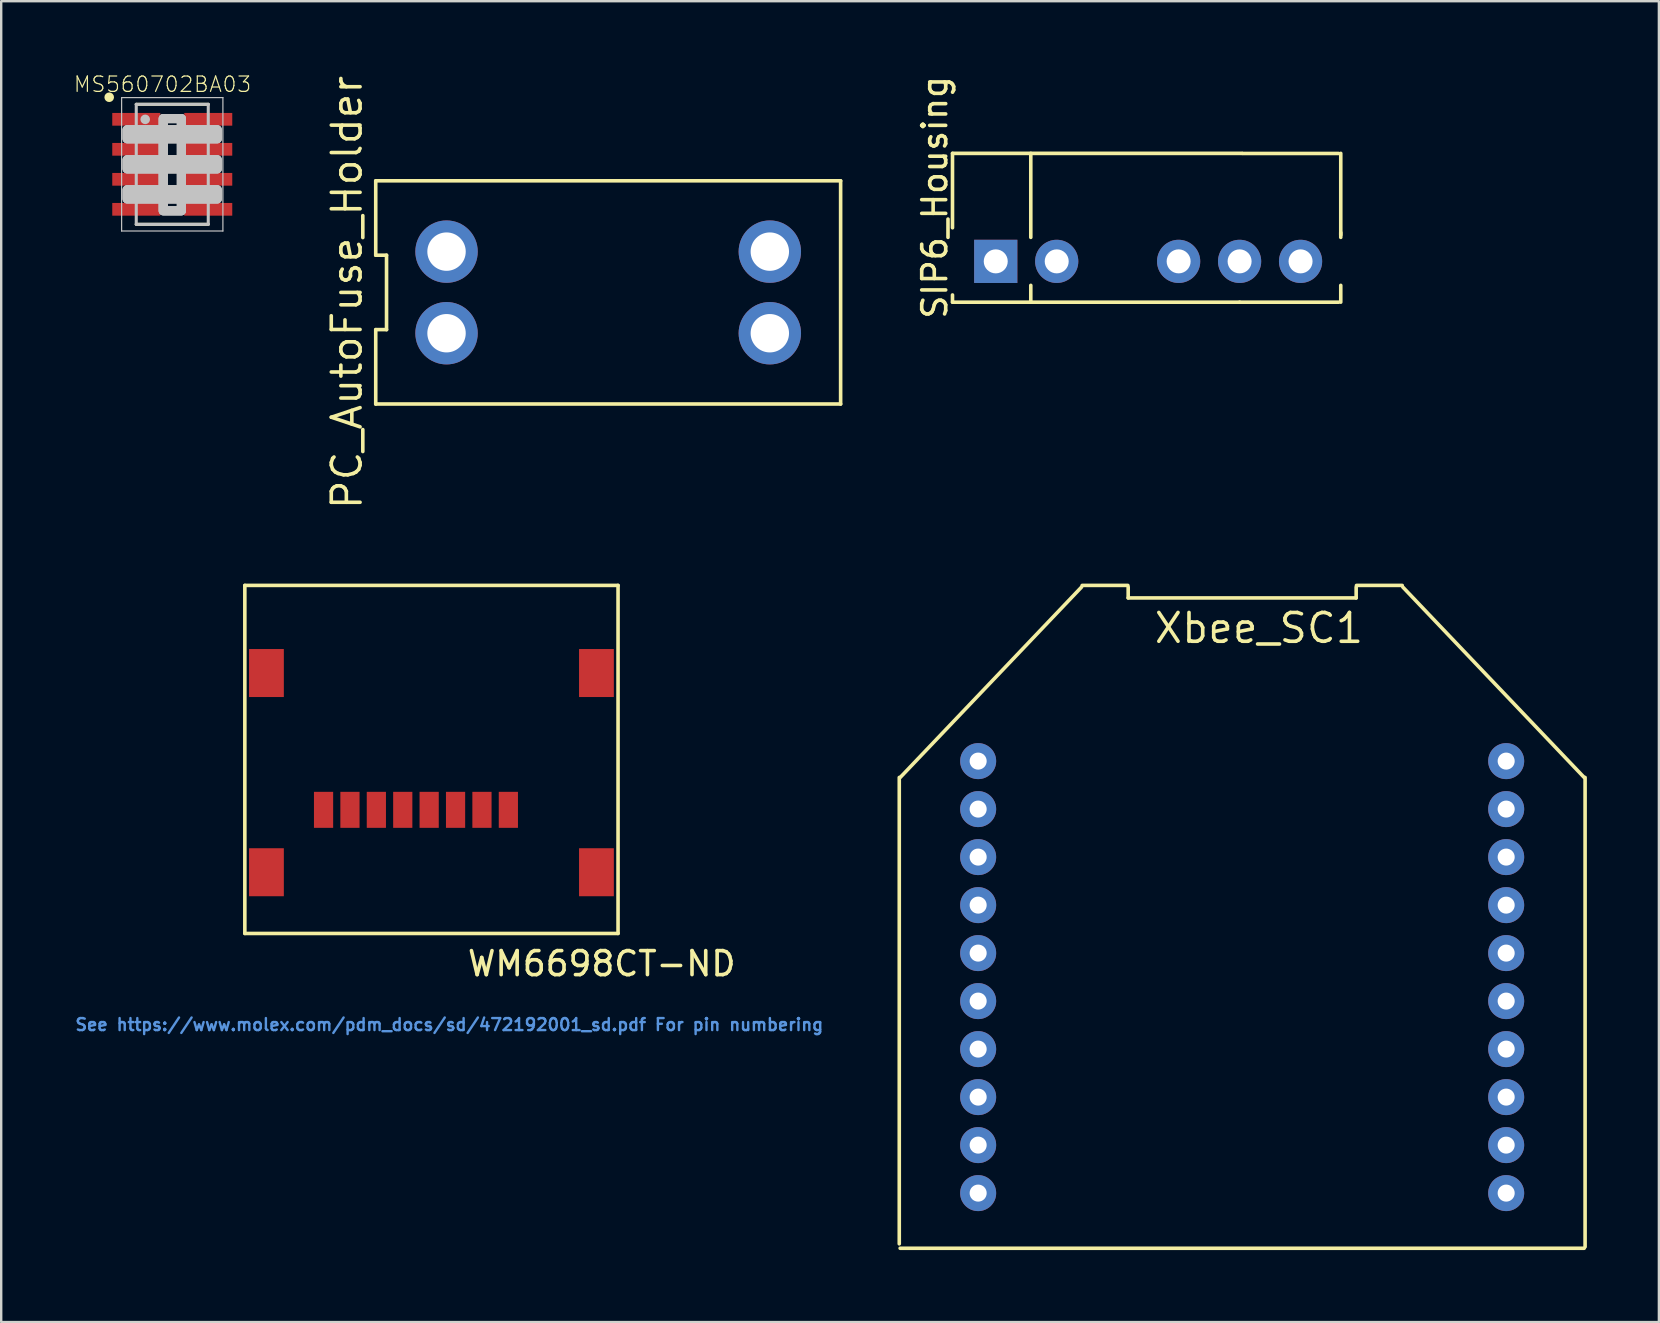
<source format=kicad_pcb>
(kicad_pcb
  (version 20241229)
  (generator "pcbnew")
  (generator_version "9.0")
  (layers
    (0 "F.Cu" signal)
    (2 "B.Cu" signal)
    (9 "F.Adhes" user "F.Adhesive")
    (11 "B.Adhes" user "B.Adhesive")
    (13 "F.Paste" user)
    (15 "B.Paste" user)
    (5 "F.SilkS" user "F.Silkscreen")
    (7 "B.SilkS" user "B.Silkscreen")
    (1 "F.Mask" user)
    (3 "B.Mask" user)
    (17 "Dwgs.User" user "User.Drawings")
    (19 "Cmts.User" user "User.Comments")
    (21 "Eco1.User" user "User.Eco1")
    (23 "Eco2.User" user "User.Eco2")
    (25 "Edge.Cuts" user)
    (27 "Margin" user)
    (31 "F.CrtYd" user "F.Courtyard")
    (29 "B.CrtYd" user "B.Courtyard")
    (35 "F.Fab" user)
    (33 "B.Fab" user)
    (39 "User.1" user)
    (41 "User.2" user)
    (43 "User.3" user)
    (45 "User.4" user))
  (footprint "PC_AutoFuse_Holder"
    (layer "F.Cu")
    (at 22.29 9.134)
    (property "Reference" "PC_AutoFuse_Holder" (at -10.885 0 90) (layer "F.SilkS") (effects (font (size 1.2 1.2) (thickness 0.15))))
    (attr through_hole)
    (fp_line (start -9.685 -4.65) (end -9.685 -1.55) (stroke (width 0.15) (type solid)) (layer "F.SilkS"))
    (fp_line (start -9.685 -1.55) (end -9.235 -1.55) (stroke (width 0.15) (type solid)) (layer "F.SilkS"))
    (fp_line (start -9.685 1.55) (end -9.685 4.65) (stroke (width 0.15) (type solid)) (layer "F.SilkS"))
    (fp_line (start -9.685 4.65) (end 9.685 4.65) (stroke (width 0.15) (type solid)) (layer "F.SilkS"))
    (fp_line (start -9.235 -1.55) (end -9.235 1.55) (stroke (width 0.15) (type solid)) (layer "F.SilkS"))
    (fp_line (start -9.235 1.55) (end -9.685 1.55) (stroke (width 0.15) (type solid)) (layer "F.SilkS"))
    (fp_line (start 9.685 -4.65) (end -9.685 -4.65) (stroke (width 0.15) (type solid)) (layer "F.SilkS"))
    (fp_line (start 9.685 4.65) (end 9.685 -4.65) (stroke (width 0.15) (type solid)) (layer "F.SilkS"))
    (pad "1" thru_hole circle (at -6.735 -1.7) (size 2.6 2.6) (drill 1.6) (layers "*.Cu" "*.Mask"))
    (pad "1" thru_hole circle (at -6.735 1.7) (size 2.6 2.6) (drill 1.6) (layers "*.Cu" "*.Mask"))
    (pad "2" thru_hole circle (at 6.735 -1.7) (size 2.6 2.6) (drill 1.6) (layers "*.Cu" "*.Mask"))
    (pad "2" thru_hole circle (at 6.735 1.7) (size 2.6 2.6) (drill 1.6) (layers "*.Cu" "*.Mask")))
  (footprint "WM6698CT-ND"
    (layer "F.Cu")
    (at 8.051 33.292)
    (property "Reference" "WM6698CT-ND" (at 13.97 3.81 0) (layer "F.SilkS") (effects (font (size 1 1) (thickness 0.15))))
    (attr through_hole)
    (fp_line (start -0.9 -11.95) (end 14.65 -11.95) (stroke (width 0.15) (type solid)) (layer "F.SilkS"))
    (fp_line (start -0.9 2.55) (end -0.9 -11.95) (stroke (width 0.15) (type solid)) (layer "F.SilkS"))
    (fp_line (start -0.9 2.55) (end 14.65 2.55) (stroke (width 0.15) (type solid)) (layer "F.SilkS"))
    (fp_line (start 14.65 2.55) (end 14.65 -11.95) (stroke (width 0.15) (type solid)) (layer "F.SilkS"))
    (fp_text user "See https://www.molex.com/pdm_docs/sd/472192001_sd.pdf For pin numbering" (at 7.62 6.35 0) (layer "Cmts.User") (effects (font (size 0.5 0.5) (thickness 0.1))))
    (pad "1" smd rect (at 10.08 -2.6) (size 0.8 1.5) (layers "F.Cu" "F.Mask" "F.Paste"))
    (pad "2" smd rect (at 8.98 -2.6) (size 0.8 1.5) (layers "F.Cu" "F.Mask" "F.Paste"))
    (pad "3" smd rect (at 7.88 -2.6) (size 0.8 1.5) (layers "F.Cu" "F.Mask" "F.Paste"))
    (pad "4" smd rect (at 6.78 -2.6) (size 0.8 1.5) (layers "F.Cu" "F.Mask" "F.Paste"))
    (pad "5" smd rect (at 5.68 -2.6) (size 0.8 1.5) (layers "F.Cu" "F.Mask" "F.Paste"))
    (pad "6" smd rect (at 4.58 -2.6) (size 0.8 1.5) (layers "F.Cu" "F.Mask" "F.Paste"))
    (pad "7" smd rect (at 3.48 -2.6) (size 0.8 1.5) (layers "F.Cu" "F.Mask" "F.Paste"))
    (pad "8" smd rect (at 2.38 -2.6) (size 0.8 1.5) (layers "F.Cu" "F.Mask" "F.Paste"))
    (pad "9" smd rect (at 0 -8.3) (size 1.45 2) (layers "F.Cu" "F.Mask" "F.Paste"))
    (pad "9" smd rect (at 0 0) (size 1.45 2) (layers "F.Cu" "F.Mask" "F.Paste"))
    (pad "9" smd rect (at 13.75 -8.3) (size 1.45 2) (layers "F.Cu" "F.Mask" "F.Paste"))
    (pad "9" smd rect (at 13.75 0) (size 1.45 2) (layers "F.Cu" "F.Mask" "F.Paste")))
  (footprint "SIP6_Housing"
    (layer "F.Cu")
    (at 48.598 7.84)
    (property "Reference" "SIP6_Housing" (at -12.7 -2.667 90) (layer "F.SilkS") (effects (font (size 1 1) (thickness 0.15))))
    (attr through_hole)
    (fp_line (start -11.962 -4.5) (end -11.962 -1.4) (stroke (width 0.15) (type solid)) (layer "F.SilkS"))
    (fp_line (start -11.962 1.7) (end -11.962 1.4) (stroke (width 0.15) (type solid)) (layer "F.SilkS"))
    (fp_line (start -8.7 -4.5) (end -8.7 -1) (stroke (width 0.15) (type solid)) (layer "F.SilkS"))
    (fp_line (start -8.7 1.7) (end -8.7 1) (stroke (width 0.15) (type solid)) (layer "F.SilkS"))
    (fp_line (start 0 1.7) (end -11.96 1.7) (stroke (width 0.15) (type solid)) (layer "F.SilkS"))
    (fp_line (start 0 1.702) (end 4.125 1.702) (stroke (width 0.15) (type solid)) (layer "F.SilkS"))
    (fp_line (start 0.1 -4.5) (end -11.96 -4.5) (stroke (width 0.15) (type solid)) (layer "F.SilkS"))
    (fp_line (start 0.127 -4.496) (end 4.125 -4.496) (stroke (width 0.15) (type solid)) (layer "F.SilkS"))
    (fp_line (start 4.215 -4.5) (end 4.215 -1.1) (stroke (width 0.15) (type solid)) (layer "F.SilkS"))
    (fp_line (start 4.215 -1.2) (end 4.215 -1) (stroke (width 0.15) (type solid)) (layer "F.SilkS"))
    (fp_line (start 4.215 1.7) (end 4.215 1) (stroke (width 0.15) (type solid)) (layer "F.SilkS"))
    (pad "1" thru_hole rect (at -10.16 0 90) (size 1.8 1.8) (drill 1) (layers "*.Cu" "*.Mask"))
    (pad "2" thru_hole circle (at -7.62 0 90) (size 1.8 1.8) (drill 1) (layers "*.Cu" "*.Mask"))
    (pad "4" thru_hole circle (at -2.54 0 90) (size 1.8 1.8) (drill 1) (layers "*.Cu" "*.Mask"))
    (pad "5" thru_hole circle (at 0 0 90) (size 1.8 1.8) (drill 1) (layers "*.Cu" "*.Mask"))
    (pad "6" thru_hole circle (at 2.54 0 90) (size 1.8 1.8) (drill 1) (layers "*.Cu" "*.Mask")))
  (footprint "MS560702BA03"
    (layer "F.Cu")
    (at 4.127 3.796)
    (property "Reference" "MS560702BA03" (at -0.407 -3.333 0) (layer "F.SilkS") (effects (font (size 0.641 0.641) (thickness 0.05))))
    (attr smd)
    (fp_line (start -1.5 -2.5) (end 1.5 -2.5) (stroke (width 0.127) (type solid)) (layer "F.SilkS"))
    (fp_line (start -1.5 2.5) (end 1.5 2.5) (stroke (width 0.127) (type solid)) (layer "F.SilkS"))
    (fp_circle (center -2.627 -2.794) (end -2.527 -2.794) (stroke (width 0.2) (type solid)) (fill no) (layer "F.SilkS"))
    (fp_line (start -2.11 -2.78) (end -2.11 2.78) (stroke (width 0.05) (type solid)) (layer "Dwgs.User"))
    (fp_line (start -2.11 2.78) (end 2.11 2.78) (stroke (width 0.05) (type solid)) (layer "Dwgs.User"))
    (fp_line (start -1.5 -2.5) (end -1.5 2.5) (stroke (width 0.127) (type solid)) (layer "Dwgs.User"))
    (fp_line (start -1.5 2.5) (end 1.5 2.5) (stroke (width 0.127) (type solid)) (layer "Dwgs.User"))
    (fp_line (start 1.5 -2.5) (end -1.5 -2.5) (stroke (width 0.127) (type solid)) (layer "Dwgs.User"))
    (fp_line (start 1.5 2.5) (end 1.5 -2.5) (stroke (width 0.127) (type solid)) (layer "Dwgs.User"))
    (fp_line (start 2.11 -2.78) (end -2.11 -2.78) (stroke (width 0.05) (type solid)) (layer "Dwgs.User"))
    (fp_line (start 2.11 2.78) (end 2.11 -2.78) (stroke (width 0.05) (type solid)) (layer "Dwgs.User"))
    (fp_circle (center -1.127 -1.873) (end -1.027 -1.873) (stroke (width 0.2) (type solid)) (fill no) (layer "Dwgs.User"))
    (fp_poly (pts (xy -1.881 -1.438) (xy 1.875 -1.438) (xy 1.875 -1.066) (xy -1.881 -1.066)) (stroke (width 0.381) (type solid)) (fill no) (layer "Dwgs.User"))
    (fp_poly (pts (xy -1.88 1.062) (xy 1.875 1.062) (xy 1.875 1.442) (xy -1.88 1.442)) (stroke (width 0.381) (type solid)) (fill no) (layer "Dwgs.User"))
    (fp_poly (pts (xy -1.88 -1.438) (xy 1.875 -1.438) (xy 1.875 -1.065) (xy -1.88 -1.065)) (stroke (width 0.381) (type solid)) (fill no) (layer "Dwgs.User"))
    (fp_poly (pts (xy -1.88 -0.188) (xy 1.875 -0.188) (xy 1.875 0.188) (xy -1.88 0.188)) (stroke (width 0.381) (type solid)) (fill no) (layer "Dwgs.User"))
    (fp_poly (pts (xy -1.879 -0.188) (xy 1.875 -0.188) (xy 1.875 0.188) (xy -1.879 0.188)) (stroke (width 0.381) (type solid)) (fill no) (layer "Dwgs.User"))
    (fp_poly (pts (xy -1.879 1.062) (xy 1.875 1.062) (xy 1.875 1.441) (xy -1.879 1.441)) (stroke (width 0.381) (type solid)) (fill no) (layer "Dwgs.User"))
    (fp_poly (pts (xy -1.879 -1.438) (xy 1.875 -1.438) (xy 1.875 -1.065) (xy -1.879 -1.065)) (stroke (width 0.381) (type solid)) (fill no) (layer "Dwgs.User"))
    (fp_poly (pts (xy -1.879 -0.188) (xy 1.875 -0.188) (xy 1.875 0.188) (xy -1.879 0.188)) (stroke (width 0.381) (type solid)) (fill no) (layer "Dwgs.User"))
    (fp_poly (pts (xy -1.877 1.062) (xy 1.875 1.062) (xy 1.875 1.439) (xy -1.877 1.439)) (stroke (width 0.381) (type solid)) (fill no) (layer "Dwgs.User"))
    (fp_poly (pts (xy -0.376 -1.905) (xy 0.381 -1.905) (xy 0.381 1.939) (xy -0.376 1.939)) (stroke (width 0.381) (type solid)) (fill no) (layer "Dwgs.User"))
    (fp_poly (pts (xy -0.376 -1.905) (xy 0.381 -1.905) (xy 0.381 1.937) (xy -0.376 1.937)) (stroke (width 0.381) (type solid)) (fill no) (layer "Dwgs.User"))
    (fp_poly (pts (xy -0.375 -1.905) (xy 0.381 -1.905) (xy 0.381 1.935) (xy -0.375 1.935)) (stroke (width 0.381) (type solid)) (fill no) (layer "Dwgs.User"))
    (pad "1" smd rect (at -1.5 -1.875) (size 2 0.53) (layers "F.Cu" "F.Mask" "F.Paste"))
    (pad "2" smd rect (at -1.5 -0.625) (size 2 0.53) (layers "F.Cu" "F.Mask" "F.Paste"))
    (pad "3" smd rect (at -1.5 0.625) (size 2 0.53) (layers "F.Cu" "F.Mask" "F.Paste"))
    (pad "4" smd rect (at -1.5 1.875) (size 2 0.53) (layers "F.Cu" "F.Mask" "F.Paste"))
    (pad "5" smd rect (at 1.5 1.875) (size 2 0.53) (layers "F.Cu" "F.Mask" "F.Paste"))
    (pad "6" smd rect (at 1.5 0.625) (size 2 0.53) (layers "F.Cu" "F.Mask" "F.Paste"))
    (pad "7" smd rect (at 1.5 -0.625) (size 2 0.53) (layers "F.Cu" "F.Mask" "F.Paste"))
    (pad "8" smd rect (at 1.5 -1.875) (size 2 0.53) (layers "F.Cu" "F.Mask" "F.Paste")))
  (footprint "Xbee_SC1"
    (layer "F.Cu")
    (at 49.912 32.137)
    (property "Reference" "Xbee_SC1" (at -0.508 -9.017 0) (layer "F.SilkS") (effects (font (size 1.2 1.2) (thickness 0.15))))
    (attr through_hole)
    (fp_line (start -15.494 -2.794) (end -15.494 16.637) (stroke (width 0.15) (type solid)) (layer "F.SilkS"))
    (fp_line (start -15.457 16.822) (end 13.043 16.822) (stroke (width 0.15) (type solid)) (layer "F.SilkS"))
    (fp_line (start -15.456 -2.794) (end -7.9 -10.726) (stroke (width 0.15) (type solid)) (layer "F.SilkS"))
    (fp_line (start -7.874 -10.795) (end -5.969 -10.795) (stroke (width 0.15) (type solid)) (layer "F.SilkS"))
    (fp_line (start -5.956 -10.275) (end -5.956 -10.726) (stroke (width 0.15) (type solid)) (layer "F.SilkS"))
    (fp_line (start 3.543 -10.726) (end 3.543 -10.275) (stroke (width 0.15) (type solid)) (layer "F.SilkS"))
    (fp_line (start 3.543 -10.275) (end -5.956 -10.275) (stroke (width 0.15) (type solid)) (layer "F.SilkS"))
    (fp_line (start 3.556 -10.795) (end 5.461 -10.795) (stroke (width 0.15) (type solid)) (layer "F.SilkS"))
    (fp_line (start 13.043 -2.794) (end 5.487 -10.726) (stroke (width 0.15) (type solid)) (layer "F.SilkS"))
    (fp_line (start 13.081 -2.794) (end 13.081 16.764) (stroke (width 0.15) (type solid)) (layer "F.SilkS"))
    (pad "1" thru_hole circle (at -12.207 -3.475 270) (size 1.5 1.5) (drill 0.711) (layers "*.Cu" "*.Mask"))
    (pad "2" thru_hole circle (at -12.207 -1.476 270) (size 1.5 1.5) (drill 0.711) (layers "*.Cu" "*.Mask"))
    (pad "3" thru_hole circle (at -12.207 0.524 270) (size 1.5 1.5) (drill 0.711) (layers "*.Cu" "*.Mask"))
    (pad "4" thru_hole circle (at -12.207 2.525 270) (size 1.5 1.5) (drill 0.711) (layers "*.Cu" "*.Mask"))
    (pad "5" thru_hole circle (at -12.207 4.524 270) (size 1.5 1.5) (drill 0.711) (layers "*.Cu" "*.Mask"))
    (pad "6" thru_hole circle (at -12.207 6.524 270) (size 1.5 1.5) (drill 0.711) (layers "*.Cu" "*.Mask"))
    (pad "7" thru_hole circle (at -12.207 8.524 270) (size 1.5 1.5) (drill 0.711) (layers "*.Cu" "*.Mask"))
    (pad "8" thru_hole circle (at -12.207 10.524 270) (size 1.5 1.5) (drill 0.711) (layers "*.Cu" "*.Mask"))
    (pad "9" thru_hole circle (at -12.207 12.524 270) (size 1.5 1.5) (drill 0.711) (layers "*.Cu" "*.Mask"))
    (pad "10" thru_hole circle (at -12.207 14.524 270) (size 1.5 1.5) (drill 0.711) (layers "*.Cu" "*.Mask"))
    (pad "11" thru_hole circle (at 9.793 14.524 270) (size 1.5 1.5) (drill 0.711) (layers "*.Cu" "*.Mask"))
    (pad "12" thru_hole circle (at 9.793 12.524 270) (size 1.5 1.5) (drill 0.711) (layers "*.Cu" "*.Mask"))
    (pad "13" thru_hole circle (at 9.793 10.524 270) (size 1.5 1.5) (drill 0.711) (layers "*.Cu" "*.Mask"))
    (pad "14" thru_hole circle (at 9.793 8.524 270) (size 1.5 1.5) (drill 0.711) (layers "*.Cu" "*.Mask"))
    (pad "15" thru_hole circle (at 9.793 6.524 270) (size 1.5 1.5) (drill 0.711) (layers "*.Cu" "*.Mask"))
    (pad "16" thru_hole circle (at 9.793 4.524 270) (size 1.5 1.5) (drill 0.711) (layers "*.Cu" "*.Mask"))
    (pad "17" thru_hole circle (at 9.793 2.525 270) (size 1.5 1.5) (drill 0.711) (layers "*.Cu" "*.Mask"))
    (pad "18" thru_hole circle (at 9.793 0.524 270) (size 1.5 1.5) (drill 0.711) (layers "*.Cu" "*.Mask"))
    (pad "19" thru_hole circle (at 9.793 -1.476 270) (size 1.5 1.5) (drill 0.711) (layers "*.Cu" "*.Mask"))
    (pad "20" thru_hole circle (at 9.793 -3.475 270) (size 1.5 1.5) (drill 0.711) (layers "*.Cu" "*.Mask")))
  (gr_rect
    (start -3 -3)
    (end 66.068 52.034)
    (stroke (width 0.1) (type default))
    (fill no)
    (layer "Edge.Cuts")))
</source>
